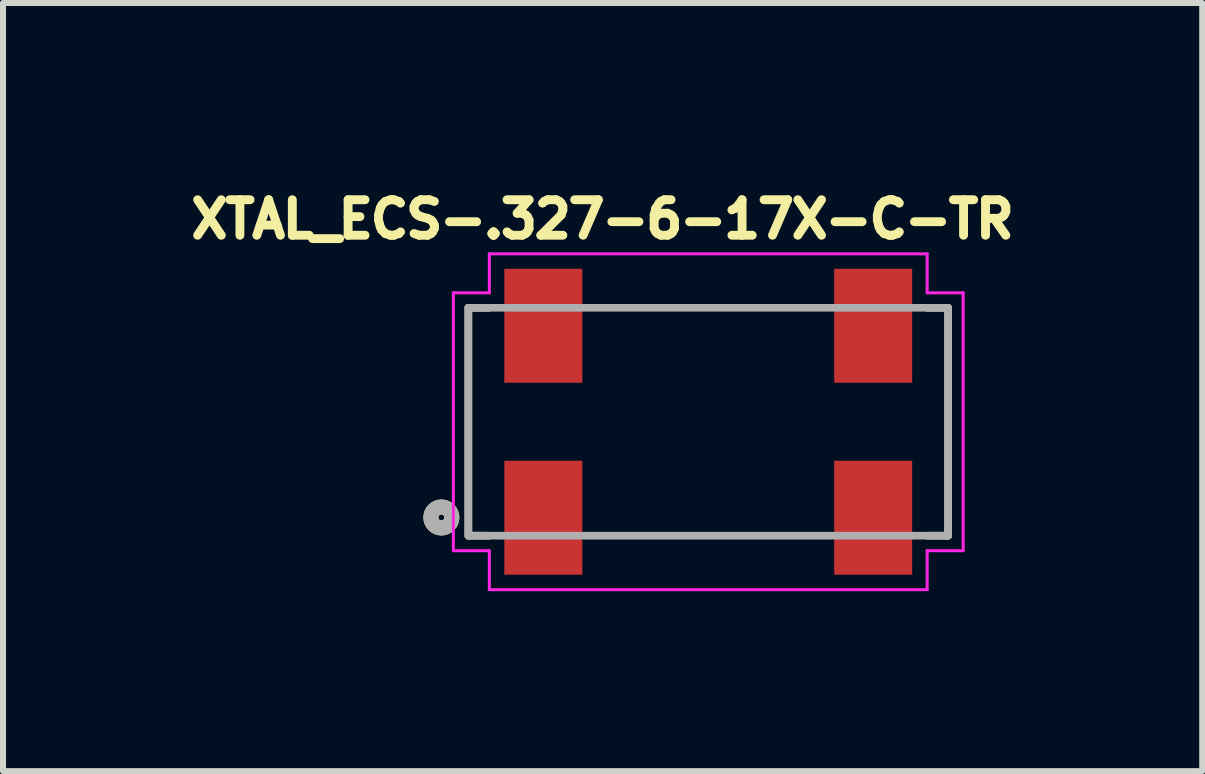
<source format=kicad_pcb>
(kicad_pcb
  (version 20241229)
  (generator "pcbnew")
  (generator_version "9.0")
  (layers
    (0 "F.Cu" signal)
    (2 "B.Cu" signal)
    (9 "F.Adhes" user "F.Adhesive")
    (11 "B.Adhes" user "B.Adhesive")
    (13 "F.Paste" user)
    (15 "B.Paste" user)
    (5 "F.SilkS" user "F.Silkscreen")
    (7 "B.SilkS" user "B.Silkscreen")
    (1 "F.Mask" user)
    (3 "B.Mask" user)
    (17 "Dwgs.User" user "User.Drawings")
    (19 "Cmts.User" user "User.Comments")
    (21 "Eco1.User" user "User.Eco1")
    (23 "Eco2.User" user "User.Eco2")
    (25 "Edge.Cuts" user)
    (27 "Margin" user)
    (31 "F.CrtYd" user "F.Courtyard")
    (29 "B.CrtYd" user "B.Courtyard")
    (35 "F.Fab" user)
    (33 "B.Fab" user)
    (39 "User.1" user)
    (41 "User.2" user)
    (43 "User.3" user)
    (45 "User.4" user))
  (footprint "XTAL_ECS-.327-6-17X-C-TR"
    (layer "F.Cu")
    (at 8.759 3.982)
    (property "Reference" "XTAL_ECS-.327-6-17X-C-TR" (at -1.762 -3.376 0) (layer "F.SilkS") (effects (font (size 0.592 0.592) (thickness 0.148))))
    (attr smd)
    (fp_line (start -4 1.9) (end -4 -1.9) (stroke (width 0.127) (type solid)) (layer "F.SilkS"))
    (fp_line (start -3.99 -1.9) (end -3.654 -1.9) (stroke (width 0.127) (type solid)) (layer "F.SilkS"))
    (fp_line (start -3.99 1.9) (end -3.654 1.9) (stroke (width 0.127) (type solid)) (layer "F.SilkS"))
    (fp_line (start 3.97 -1.9) (end 3.654 -1.9) (stroke (width 0.127) (type solid)) (layer "F.SilkS"))
    (fp_line (start 3.98 1.89) (end 3.98 1.9) (stroke (width 0.127) (type solid)) (layer "F.SilkS"))
    (fp_line (start 3.98 1.9) (end 3.654 1.9) (stroke (width 0.127) (type solid)) (layer "F.SilkS"))
    (fp_line (start 4 -1.9) (end 4 1.9) (stroke (width 0.127) (type solid)) (layer "F.SilkS"))
    (fp_circle (center -4.45 1.596) (end -4.4 1.596) (stroke (width 0.25) (type solid)) (fill no) (layer "F.SilkS"))
    (fp_line (start -4.25 -2.15) (end -3.65 -2.15) (stroke (width 0.05) (type solid)) (layer "F.CrtYd"))
    (fp_line (start -4.25 2.15) (end -4.25 -2.15) (stroke (width 0.05) (type solid)) (layer "F.CrtYd"))
    (fp_line (start -3.65 -2.8) (end 3.65 -2.8) (stroke (width 0.05) (type solid)) (layer "F.CrtYd"))
    (fp_line (start -3.65 -2.15) (end -3.65 -2.8) (stroke (width 0.05) (type solid)) (layer "F.CrtYd"))
    (fp_line (start -3.65 2.15) (end -4.25 2.15) (stroke (width 0.05) (type solid)) (layer "F.CrtYd"))
    (fp_line (start -3.65 2.8) (end -3.65 2.15) (stroke (width 0.05) (type solid)) (layer "F.CrtYd"))
    (fp_line (start 3.65 -2.8) (end 3.65 -2.15) (stroke (width 0.05) (type solid)) (layer "F.CrtYd"))
    (fp_line (start 3.65 -2.15) (end 4.25 -2.15) (stroke (width 0.05) (type solid)) (layer "F.CrtYd"))
    (fp_line (start 3.65 2.15) (end 3.65 2.8) (stroke (width 0.05) (type solid)) (layer "F.CrtYd"))
    (fp_line (start 3.65 2.8) (end -3.65 2.8) (stroke (width 0.05) (type solid)) (layer "F.CrtYd"))
    (fp_line (start 4.25 -2.15) (end 4.25 2.15) (stroke (width 0.05) (type solid)) (layer "F.CrtYd"))
    (fp_line (start 4.25 2.15) (end 3.65 2.15) (stroke (width 0.05) (type solid)) (layer "F.CrtYd"))
    (fp_line (start -4 -1.9) (end 4 -1.9) (stroke (width 0.127) (type solid)) (layer "F.Fab"))
    (fp_line (start -4 1.9) (end -4 -1.9) (stroke (width 0.127) (type solid)) (layer "F.Fab"))
    (fp_line (start 4 -1.9) (end 4 1.9) (stroke (width 0.127) (type solid)) (layer "F.Fab"))
    (fp_line (start 4 1.9) (end -4 1.9) (stroke (width 0.127) (type solid)) (layer "F.Fab"))
    (fp_circle (center -4.45 1.596) (end -4.4 1.596) (stroke (width 0.25) (type solid)) (fill no) (layer "F.Fab"))
    (pad "1" smd rect (at -2.75 1.6) (size 1.3 1.9) (layers "F.Cu" "F.Mask" "F.Paste"))
    (pad "2" smd rect (at 2.75 1.6) (size 1.3 1.9) (layers "F.Cu" "F.Mask" "F.Paste"))
    (pad "3" smd rect (at 2.75 -1.6) (size 1.3 1.9) (layers "F.Cu" "F.Mask" "F.Paste"))
    (pad "4" smd rect (at -2.75 -1.6) (size 1.3 1.9) (layers "F.Cu" "F.Mask" "F.Paste")))
  (gr_rect
    (start -3 -3)
    (end 16.995 9.807)
    (stroke (width 0.1) (type default))
    (fill no)
    (layer "Edge.Cuts")))
</source>
